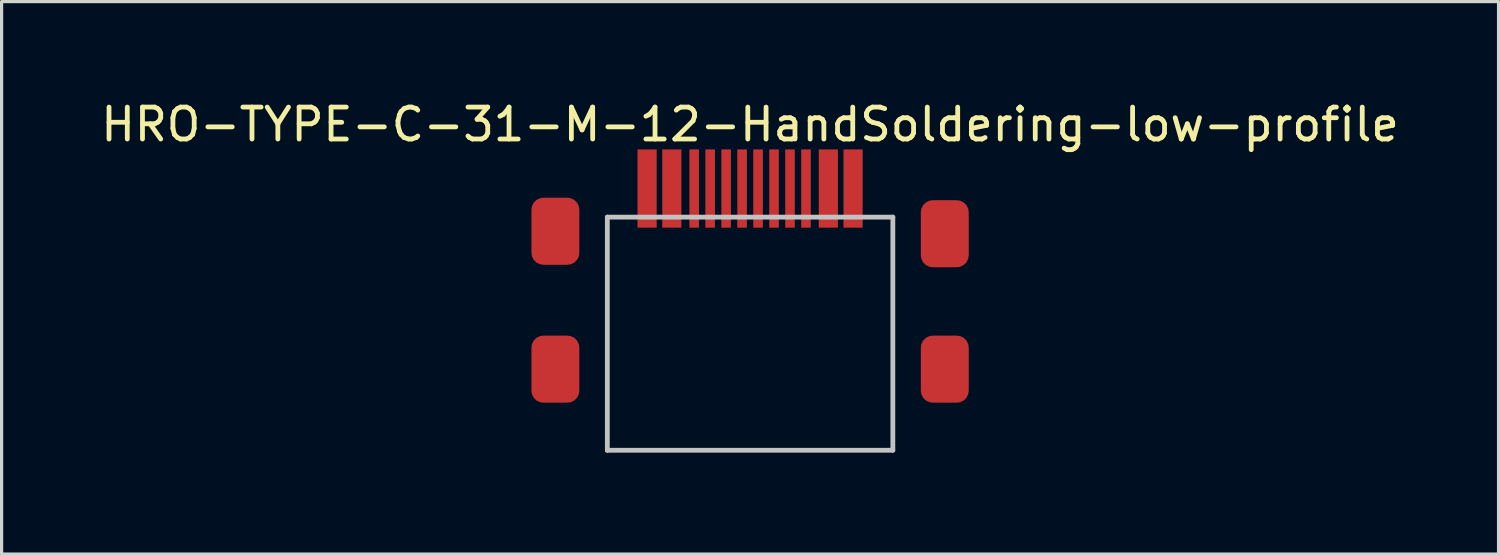
<source format=kicad_pcb>
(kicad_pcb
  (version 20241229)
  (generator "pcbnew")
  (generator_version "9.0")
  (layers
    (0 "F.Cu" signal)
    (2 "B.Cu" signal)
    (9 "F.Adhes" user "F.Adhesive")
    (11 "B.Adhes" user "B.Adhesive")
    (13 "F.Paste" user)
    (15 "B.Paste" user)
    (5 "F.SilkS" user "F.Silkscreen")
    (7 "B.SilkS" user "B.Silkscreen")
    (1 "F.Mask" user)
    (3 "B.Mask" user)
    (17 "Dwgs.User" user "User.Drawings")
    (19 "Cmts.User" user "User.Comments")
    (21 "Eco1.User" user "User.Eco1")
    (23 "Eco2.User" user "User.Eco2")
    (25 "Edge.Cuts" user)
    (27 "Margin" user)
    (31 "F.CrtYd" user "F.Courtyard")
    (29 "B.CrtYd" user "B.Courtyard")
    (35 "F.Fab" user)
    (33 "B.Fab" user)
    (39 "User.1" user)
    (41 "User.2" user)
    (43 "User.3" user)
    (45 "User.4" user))
  (footprint "HRO-TYPE-C-31-M-12-HandSoldering-low-profile"
    (layer "F.Cu")
    (at 20.435 11.048)
    (property "Reference" "HRO-TYPE-C-31-M-12-HandSoldering-low-profile" (at 0 -10.2 180) (layer "F.SilkS") (effects (font (size 1 1) (thickness 0.15))))
    (attr smd)
    (fp_line (start -4.47 -7.3) (end 4.47 -7.3) (stroke (width 0.15) (type solid)) (layer "Dwgs.User"))
    (fp_line (start -4.47 0) (end -4.47 -7.3) (stroke (width 0.15) (type solid)) (layer "Dwgs.User"))
    (fp_line (start -4.47 0) (end 4.47 0) (stroke (width 0.15) (type solid)) (layer "Dwgs.User"))
    (fp_line (start 4.47 0) (end 4.47 -7.3) (stroke (width 0.15) (type solid)) (layer "Dwgs.User"))
    (pad "1" smd rect (at -3.225 -8.195) (size 0.6 2.45) (layers "F.Cu" "F.Mask" "F.Paste"))
    (pad "2" smd rect (at -2.45 -8.195) (size 0.6 2.45) (layers "F.Cu" "F.Mask" "F.Paste"))
    (pad "3" smd rect (at -1.75 -8.195) (size 0.3 2.45) (layers "F.Cu" "F.Mask" "F.Paste"))
    (pad "4" smd rect (at -1.25 -8.195) (size 0.3 2.45) (layers "F.Cu" "F.Mask" "F.Paste"))
    (pad "5" smd rect (at -0.75 -8.195) (size 0.3 2.45) (layers "F.Cu" "F.Mask" "F.Paste"))
    (pad "6" smd rect (at -0.25 -8.195) (size 0.3 2.45) (layers "F.Cu" "F.Mask" "F.Paste"))
    (pad "7" smd rect (at 0.25 -8.195) (size 0.3 2.45) (layers "F.Cu" "F.Mask" "F.Paste"))
    (pad "8" smd rect (at 0.75 -8.195) (size 0.3 2.45) (layers "F.Cu" "F.Mask" "F.Paste"))
    (pad "9" smd rect (at 1.25 -8.195) (size 0.3 2.45) (layers "F.Cu" "F.Mask" "F.Paste"))
    (pad "10" smd rect (at 1.75 -8.195) (size 0.3 2.45) (layers "F.Cu" "F.Mask" "F.Paste"))
    (pad "11" smd rect (at 2.45 -8.195) (size 0.6 2.45) (layers "F.Cu" "F.Mask" "F.Paste"))
    (pad "12" smd rect (at 3.225 -8.195) (size 0.6 2.45) (layers "F.Cu" "F.Mask" "F.Paste"))
    (pad "13" smd roundrect (at -6.096 -6.858) (size 1.5 2.1) (layers "F.Cu" "F.Mask" "F.Paste") (roundrect_rratio 0.25))
    (pad "13" smd roundrect (at -6.096 -2.54) (size 1.5 2.1) (layers "F.Cu" "F.Mask" "F.Paste") (roundrect_rratio 0.25))
    (pad "13" smd roundrect (at 6.096 -6.78) (size 1.5 2.1) (layers "F.Cu" "F.Mask" "F.Paste") (roundrect_rratio 0.25))
    (pad "13" smd roundrect (at 6.096 -2.54) (size 1.5 2.1) (layers "F.Cu" "F.Mask" "F.Paste") (roundrect_rratio 0.25)))
  (gr_rect
    (start -3 -3)
    (end 43.869 14.298)
    (stroke (width 0.1) (type default))
    (fill no)
    (layer "Edge.Cuts")))
</source>
